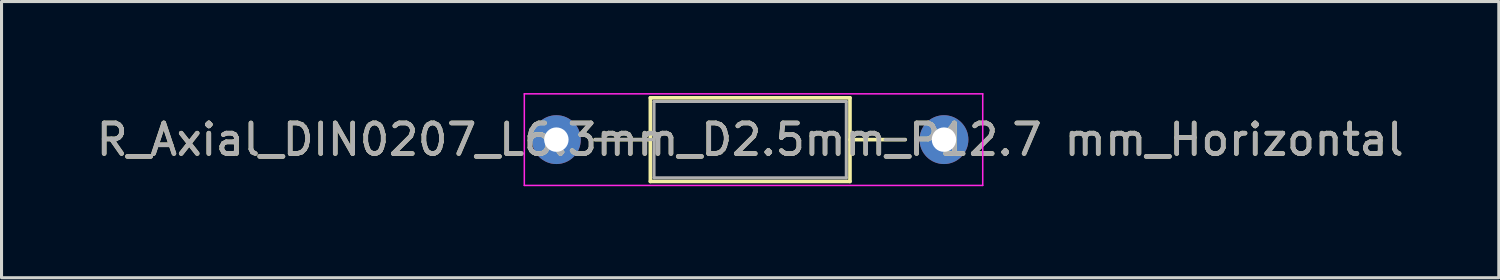
<source format=kicad_pcb>
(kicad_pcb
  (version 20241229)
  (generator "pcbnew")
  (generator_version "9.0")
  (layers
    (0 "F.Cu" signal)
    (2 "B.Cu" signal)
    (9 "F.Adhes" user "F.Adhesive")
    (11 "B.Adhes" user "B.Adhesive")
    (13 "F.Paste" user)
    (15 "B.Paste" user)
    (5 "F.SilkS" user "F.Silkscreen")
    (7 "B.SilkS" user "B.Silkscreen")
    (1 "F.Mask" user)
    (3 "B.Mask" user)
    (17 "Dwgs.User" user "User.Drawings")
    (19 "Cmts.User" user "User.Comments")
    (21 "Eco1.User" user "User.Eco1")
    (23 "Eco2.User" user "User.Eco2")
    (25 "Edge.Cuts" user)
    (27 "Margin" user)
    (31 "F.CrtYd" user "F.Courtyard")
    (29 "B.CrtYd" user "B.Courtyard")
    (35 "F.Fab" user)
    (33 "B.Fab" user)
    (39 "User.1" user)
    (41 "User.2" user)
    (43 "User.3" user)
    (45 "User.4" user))
  (footprint "R_Axial_DIN0207_L6.3mm_D2.5mm_P12.7 mm_Horizontal"
    (layer "F.Cu")
    (at 15.18 1.525)
    (property "Reference" "R_Axial_DIN0207_L6.3mm_D2.5mm_P12.7 mm_Horizontal" (at 6.35 0 180) (layer "F.SilkS") (effects (font (size 1 1) (thickness 0.15))))
    (attr through_hole)
    (fp_line (start 1.27 0) (end 3.08 0) (stroke (width 0.12) (type solid)) (layer "F.SilkS"))
    (fp_line (start 3.08 -1.37) (end 3.08 1.37) (stroke (width 0.12) (type solid)) (layer "F.SilkS"))
    (fp_line (start 3.08 1.37) (end 9.62 1.37) (stroke (width 0.12) (type solid)) (layer "F.SilkS"))
    (fp_line (start 9.62 -1.37) (end 3.08 -1.37) (stroke (width 0.12) (type solid)) (layer "F.SilkS"))
    (fp_line (start 9.62 1.37) (end 9.62 -1.37) (stroke (width 0.12) (type solid)) (layer "F.SilkS"))
    (fp_line (start 11.43 0) (end 9.62 0) (stroke (width 0.12) (type solid)) (layer "F.SilkS"))
    (fp_line (start -1.05 -1.5) (end -1.05 1.5) (stroke (width 0.05) (type solid)) (layer "F.CrtYd"))
    (fp_line (start -1.05 1.5) (end 13.97 1.5) (stroke (width 0.05) (type solid)) (layer "F.CrtYd"))
    (fp_line (start 13.97 -1.5) (end -1.05 -1.5) (stroke (width 0.05) (type solid)) (layer "F.CrtYd"))
    (fp_line (start 13.97 1.5) (end 13.97 -1.5) (stroke (width 0.05) (type solid)) (layer "F.CrtYd"))
    (fp_line (start 1.27 0) (end 3.2 0) (stroke (width 0.1) (type solid)) (layer "F.Fab"))
    (fp_line (start 3.2 -1.25) (end 3.2 1.25) (stroke (width 0.1) (type solid)) (layer "F.Fab"))
    (fp_line (start 3.2 1.25) (end 9.5 1.25) (stroke (width 0.1) (type solid)) (layer "F.Fab"))
    (fp_line (start 9.5 -1.25) (end 3.2 -1.25) (stroke (width 0.1) (type solid)) (layer "F.Fab"))
    (fp_line (start 9.5 1.25) (end 9.5 -1.25) (stroke (width 0.1) (type solid)) (layer "F.Fab"))
    (fp_line (start 11.43 0) (end 10.77 0) (stroke (width 0.1) (type solid)) (layer "F.Fab"))
    (fp_text user "${REFERENCE}" (at 6.35 0 180) (layer "F.Fab") (effects (font (size 1 1) (thickness 0.15))))
    (pad "1" thru_hole circle (at 0 0) (size 1.6 1.6) (drill 0.8) (layers "*.Cu" "*.Mask"))
    (pad "2" thru_hole oval (at 12.7 0) (size 1.6 1.6) (drill 0.8) (layers "*.Cu" "*.Mask")))
  (gr_rect
    (start -3 -3)
    (end 46.06 6.05)
    (stroke (width 0.1) (type default))
    (fill no)
    (layer "Edge.Cuts")))
</source>
